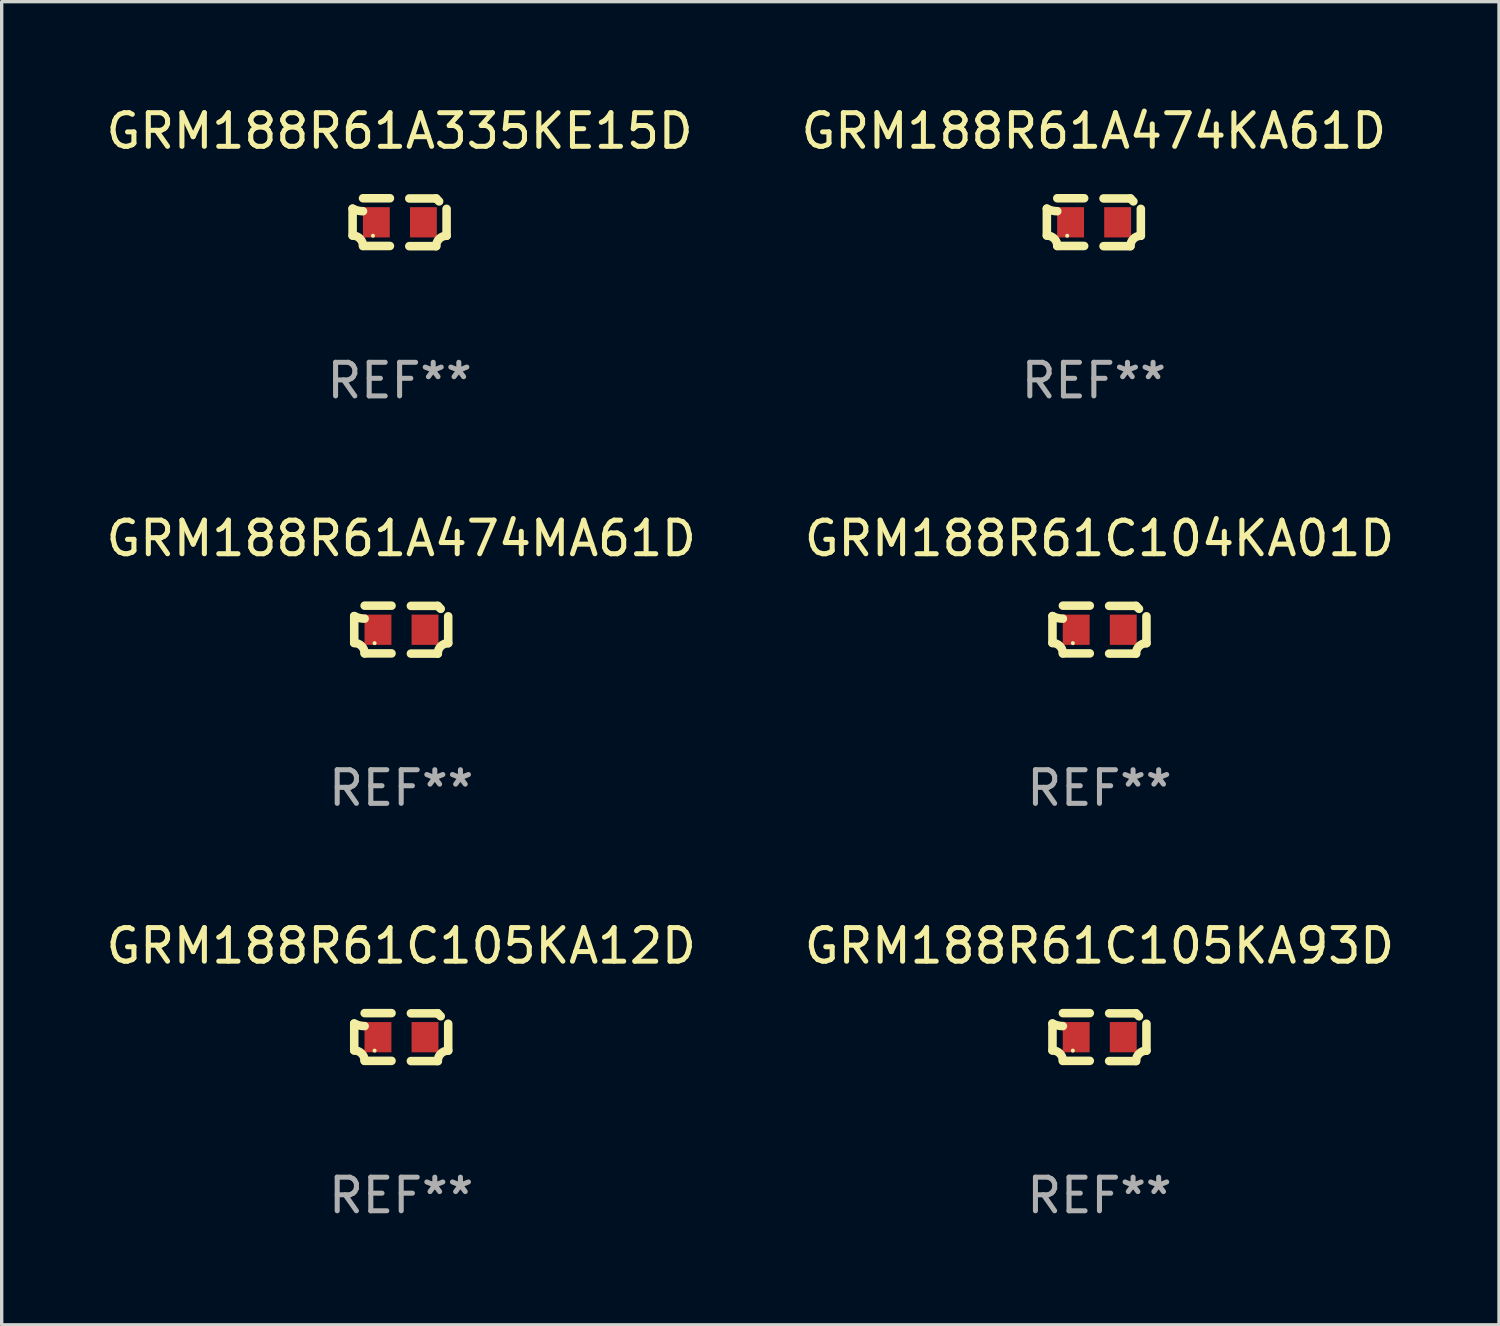
<source format=kicad_pcb>
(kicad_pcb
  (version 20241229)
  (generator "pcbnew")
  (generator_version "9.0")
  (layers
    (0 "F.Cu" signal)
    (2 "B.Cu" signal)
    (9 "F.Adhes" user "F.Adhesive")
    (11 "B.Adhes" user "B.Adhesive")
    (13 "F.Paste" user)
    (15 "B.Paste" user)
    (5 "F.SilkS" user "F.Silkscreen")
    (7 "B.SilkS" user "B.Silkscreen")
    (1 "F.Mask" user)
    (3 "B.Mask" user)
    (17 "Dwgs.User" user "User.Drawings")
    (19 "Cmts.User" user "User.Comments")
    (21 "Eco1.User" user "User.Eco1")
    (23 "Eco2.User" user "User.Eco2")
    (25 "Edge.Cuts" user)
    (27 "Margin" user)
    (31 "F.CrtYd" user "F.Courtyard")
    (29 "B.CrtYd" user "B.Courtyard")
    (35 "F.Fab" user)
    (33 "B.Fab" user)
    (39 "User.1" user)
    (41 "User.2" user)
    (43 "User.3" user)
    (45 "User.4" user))
  (footprint "GRM188R61C104KA01D"
    (layer "F.Cu")
    (at 29.661 15.683)
    (property "Reference" "GRM188R61C104KA01D" (at 0 -2.713 0) (layer "F.SilkS") (effects (font (size 1 1) (thickness 0.15))))
    (attr through_hole)
    (fp_line (start -1.398 -0.403) (end -1.398 0.397) (stroke (width 0.254) (type solid)) (layer "F.SilkS"))
    (fp_line (start -0.288 -0.713) (end -1.088 -0.713) (stroke (width 0.254) (type solid)) (layer "F.SilkS"))
    (fp_line (start -0.288 0.707) (end -1.088 0.707) (stroke (width 0.254) (type solid)) (layer "F.SilkS"))
    (fp_line (start 0.288 -0.707) (end 1.088 -0.707) (stroke (width 0.254) (type solid)) (layer "F.SilkS"))
    (fp_line (start 0.288 0.713) (end 1.088 0.713) (stroke (width 0.254) (type solid)) (layer "F.SilkS"))
    (fp_line (start 1.398 -0.397) (end 1.398 0.403) (stroke (width 0.254) (type solid)) (layer "F.SilkS"))
    (fp_arc (start -1.397789 0.397066) (mid -1.178701 0.487826) (end -1.08796 0.706922) (stroke (width 0.254001) (type solid)) (layer "F.SilkS"))
    (fp_arc (start -1.08796 -0.327176) (mid -1.247436 -0.346384) (end -1.39779 -0.402908) (stroke (width 0.254001) (type solid)) (layer "F.SilkS"))
    (fp_arc (start 1.087909 0.712738) (mid 1.178656 0.493655) (end 1.397739 0.402908) (stroke (width 0.254001) (type solid)) (layer "F.SilkS"))
    (fp_arc (start 1.175925 -0.618926) (mid 1.131917 -0.662923) (end 1.08791 -0.706922) (stroke (width 0.254001) (type solid)) (layer "F.SilkS"))
    (fp_circle (center -0.792 0.403) (end -0.762 0.403) (stroke (width 0.06) (type solid)) (fill no) (layer "F.SilkS"))
    (fp_text user "REF**" (at 0 4.713 0) (layer "F.Fab") (effects (font (size 1 1) (thickness 0.15))))
    (pad "1" smd rect (at -0.692 0.003) (size 0.8 0.9) (layers "F.Cu" "F.Mask" "F.Paste"))
    (pad "2" smd rect (at 0.708 0.003) (size 0.8 0.9) (layers "F.Cu" "F.Mask" "F.Paste")))
  (footprint "GRM188R61A474KA61D"
    (layer "F.Cu")
    (at 29.494 3.561)
    (property "Reference" "GRM188R61A474KA61D" (at 0 -2.713 0) (layer "F.SilkS") (effects (font (size 1 1) (thickness 0.15))))
    (attr through_hole)
    (fp_line (start -1.398 -0.403) (end -1.398 0.397) (stroke (width 0.254) (type solid)) (layer "F.SilkS"))
    (fp_line (start -0.288 -0.713) (end -1.088 -0.713) (stroke (width 0.254) (type solid)) (layer "F.SilkS"))
    (fp_line (start -0.288 0.707) (end -1.088 0.707) (stroke (width 0.254) (type solid)) (layer "F.SilkS"))
    (fp_line (start 0.288 -0.707) (end 1.088 -0.707) (stroke (width 0.254) (type solid)) (layer "F.SilkS"))
    (fp_line (start 0.288 0.713) (end 1.088 0.713) (stroke (width 0.254) (type solid)) (layer "F.SilkS"))
    (fp_line (start 1.398 -0.397) (end 1.398 0.403) (stroke (width 0.254) (type solid)) (layer "F.SilkS"))
    (fp_arc (start -1.397789 0.397066) (mid -1.178701 0.487826) (end -1.08796 0.706922) (stroke (width 0.254001) (type solid)) (layer "F.SilkS"))
    (fp_arc (start -1.08796 -0.327176) (mid -1.247436 -0.346384) (end -1.39779 -0.402908) (stroke (width 0.254001) (type solid)) (layer "F.SilkS"))
    (fp_arc (start 1.087909 0.712738) (mid 1.178656 0.493655) (end 1.397739 0.402908) (stroke (width 0.254001) (type solid)) (layer "F.SilkS"))
    (fp_arc (start 1.175925 -0.618926) (mid 1.131917 -0.662923) (end 1.08791 -0.706922) (stroke (width 0.254001) (type solid)) (layer "F.SilkS"))
    (fp_circle (center -0.792 0.403) (end -0.762 0.403) (stroke (width 0.06) (type solid)) (fill no) (layer "F.SilkS"))
    (fp_text user "REF**" (at 0 4.713 0) (layer "F.Fab") (effects (font (size 1 1) (thickness 0.15))))
    (pad "1" smd rect (at -0.692 0.003) (size 0.8 0.9) (layers "F.Cu" "F.Mask" "F.Paste"))
    (pad "2" smd rect (at 0.708 0.003) (size 0.8 0.9) (layers "F.Cu" "F.Mask" "F.Paste")))
  (footprint "GRM188R61C105KA93D"
    (layer "F.Cu")
    (at 29.661 27.805)
    (property "Reference" "GRM188R61C105KA93D" (at 0 -2.713 0) (layer "F.SilkS") (effects (font (size 1 1) (thickness 0.15))))
    (attr through_hole)
    (fp_line (start -1.398 -0.403) (end -1.398 0.397) (stroke (width 0.254) (type solid)) (layer "F.SilkS"))
    (fp_line (start -0.288 -0.713) (end -1.088 -0.713) (stroke (width 0.254) (type solid)) (layer "F.SilkS"))
    (fp_line (start -0.288 0.707) (end -1.088 0.707) (stroke (width 0.254) (type solid)) (layer "F.SilkS"))
    (fp_line (start 0.288 -0.707) (end 1.088 -0.707) (stroke (width 0.254) (type solid)) (layer "F.SilkS"))
    (fp_line (start 0.288 0.713) (end 1.088 0.713) (stroke (width 0.254) (type solid)) (layer "F.SilkS"))
    (fp_line (start 1.398 -0.397) (end 1.398 0.403) (stroke (width 0.254) (type solid)) (layer "F.SilkS"))
    (fp_arc (start -1.397789 0.397066) (mid -1.178701 0.487826) (end -1.08796 0.706922) (stroke (width 0.254001) (type solid)) (layer "F.SilkS"))
    (fp_arc (start -1.08796 -0.327176) (mid -1.247436 -0.346384) (end -1.39779 -0.402908) (stroke (width 0.254001) (type solid)) (layer "F.SilkS"))
    (fp_arc (start 1.087909 0.712738) (mid 1.178656 0.493655) (end 1.397739 0.402908) (stroke (width 0.254001) (type solid)) (layer "F.SilkS"))
    (fp_arc (start 1.175925 -0.618926) (mid 1.131917 -0.662923) (end 1.08791 -0.706922) (stroke (width 0.254001) (type solid)) (layer "F.SilkS"))
    (fp_circle (center -0.792 0.403) (end -0.762 0.403) (stroke (width 0.06) (type solid)) (fill no) (layer "F.SilkS"))
    (fp_text user "REF**" (at 0 4.713 0) (layer "F.Fab") (effects (font (size 1 1) (thickness 0.15))))
    (pad "1" smd rect (at -0.692 0.003) (size 0.8 0.9) (layers "F.Cu" "F.Mask" "F.Paste"))
    (pad "2" smd rect (at 0.708 0.003) (size 0.8 0.9) (layers "F.Cu" "F.Mask" "F.Paste")))
  (footprint "GRM188R61A335KE15D"
    (layer "F.Cu")
    (at 8.839 3.561)
    (property "Reference" "GRM188R61A335KE15D" (at 0 -2.713 0) (layer "F.SilkS") (effects (font (size 1 1) (thickness 0.15))))
    (attr through_hole)
    (fp_line (start -1.398 -0.403) (end -1.398 0.397) (stroke (width 0.254) (type solid)) (layer "F.SilkS"))
    (fp_line (start -0.288 -0.713) (end -1.088 -0.713) (stroke (width 0.254) (type solid)) (layer "F.SilkS"))
    (fp_line (start -0.288 0.707) (end -1.088 0.707) (stroke (width 0.254) (type solid)) (layer "F.SilkS"))
    (fp_line (start 0.288 -0.707) (end 1.088 -0.707) (stroke (width 0.254) (type solid)) (layer "F.SilkS"))
    (fp_line (start 0.288 0.713) (end 1.088 0.713) (stroke (width 0.254) (type solid)) (layer "F.SilkS"))
    (fp_line (start 1.398 -0.397) (end 1.398 0.403) (stroke (width 0.254) (type solid)) (layer "F.SilkS"))
    (fp_arc (start -1.397789 0.397066) (mid -1.178701 0.487826) (end -1.08796 0.706922) (stroke (width 0.254001) (type solid)) (layer "F.SilkS"))
    (fp_arc (start -1.08796 -0.327176) (mid -1.247436 -0.346384) (end -1.39779 -0.402908) (stroke (width 0.254001) (type solid)) (layer "F.SilkS"))
    (fp_arc (start 1.087909 0.712738) (mid 1.178656 0.493655) (end 1.397739 0.402908) (stroke (width 0.254001) (type solid)) (layer "F.SilkS"))
    (fp_arc (start 1.175925 -0.618926) (mid 1.131917 -0.662923) (end 1.08791 -0.706922) (stroke (width 0.254001) (type solid)) (layer "F.SilkS"))
    (fp_circle (center -0.792 0.403) (end -0.762 0.403) (stroke (width 0.06) (type solid)) (fill no) (layer "F.SilkS"))
    (fp_text user "REF**" (at 0 4.713 0) (layer "F.Fab") (effects (font (size 1 1) (thickness 0.15))))
    (pad "1" smd rect (at -0.692 0.003) (size 0.8 0.9) (layers "F.Cu" "F.Mask" "F.Paste"))
    (pad "2" smd rect (at 0.708 0.003) (size 0.8 0.9) (layers "F.Cu" "F.Mask" "F.Paste")))
  (footprint "GRM188R61C105KA12D"
    (layer "F.Cu")
    (at 8.887 27.805)
    (property "Reference" "GRM188R61C105KA12D" (at 0 -2.713 0) (layer "F.SilkS") (effects (font (size 1 1) (thickness 0.15))))
    (attr through_hole)
    (fp_line (start -1.398 -0.403) (end -1.398 0.397) (stroke (width 0.254) (type solid)) (layer "F.SilkS"))
    (fp_line (start -0.288 -0.713) (end -1.088 -0.713) (stroke (width 0.254) (type solid)) (layer "F.SilkS"))
    (fp_line (start -0.288 0.707) (end -1.088 0.707) (stroke (width 0.254) (type solid)) (layer "F.SilkS"))
    (fp_line (start 0.288 -0.707) (end 1.088 -0.707) (stroke (width 0.254) (type solid)) (layer "F.SilkS"))
    (fp_line (start 0.288 0.713) (end 1.088 0.713) (stroke (width 0.254) (type solid)) (layer "F.SilkS"))
    (fp_line (start 1.398 -0.397) (end 1.398 0.403) (stroke (width 0.254) (type solid)) (layer "F.SilkS"))
    (fp_arc (start -1.397789 0.397066) (mid -1.178701 0.487826) (end -1.08796 0.706922) (stroke (width 0.254001) (type solid)) (layer "F.SilkS"))
    (fp_arc (start -1.08796 -0.327176) (mid -1.247436 -0.346384) (end -1.39779 -0.402908) (stroke (width 0.254001) (type solid)) (layer "F.SilkS"))
    (fp_arc (start 1.087909 0.712738) (mid 1.178656 0.493655) (end 1.397739 0.402908) (stroke (width 0.254001) (type solid)) (layer "F.SilkS"))
    (fp_arc (start 1.175925 -0.618926) (mid 1.131917 -0.662923) (end 1.08791 -0.706922) (stroke (width 0.254001) (type solid)) (layer "F.SilkS"))
    (fp_circle (center -0.792 0.403) (end -0.762 0.403) (stroke (width 0.06) (type solid)) (fill no) (layer "F.SilkS"))
    (fp_text user "REF**" (at 0 4.713 0) (layer "F.Fab") (effects (font (size 1 1) (thickness 0.15))))
    (pad "1" smd rect (at -0.692 0.003) (size 0.8 0.9) (layers "F.Cu" "F.Mask" "F.Paste"))
    (pad "2" smd rect (at 0.708 0.003) (size 0.8 0.9) (layers "F.Cu" "F.Mask" "F.Paste")))
  (footprint "GRM188R61A474MA61D"
    (layer "F.Cu")
    (at 8.887 15.683)
    (property "Reference" "GRM188R61A474MA61D" (at 0 -2.713 0) (layer "F.SilkS") (effects (font (size 1 1) (thickness 0.15))))
    (attr through_hole)
    (fp_line (start -1.398 -0.403) (end -1.398 0.397) (stroke (width 0.254) (type solid)) (layer "F.SilkS"))
    (fp_line (start -0.288 -0.713) (end -1.088 -0.713) (stroke (width 0.254) (type solid)) (layer "F.SilkS"))
    (fp_line (start -0.288 0.707) (end -1.088 0.707) (stroke (width 0.254) (type solid)) (layer "F.SilkS"))
    (fp_line (start 0.288 -0.707) (end 1.088 -0.707) (stroke (width 0.254) (type solid)) (layer "F.SilkS"))
    (fp_line (start 0.288 0.713) (end 1.088 0.713) (stroke (width 0.254) (type solid)) (layer "F.SilkS"))
    (fp_line (start 1.398 -0.397) (end 1.398 0.403) (stroke (width 0.254) (type solid)) (layer "F.SilkS"))
    (fp_arc (start -1.397789 0.397066) (mid -1.178701 0.487826) (end -1.08796 0.706922) (stroke (width 0.254001) (type solid)) (layer "F.SilkS"))
    (fp_arc (start -1.08796 -0.327176) (mid -1.247436 -0.346384) (end -1.39779 -0.402908) (stroke (width 0.254001) (type solid)) (layer "F.SilkS"))
    (fp_arc (start 1.087909 0.712738) (mid 1.178656 0.493655) (end 1.397739 0.402908) (stroke (width 0.254001) (type solid)) (layer "F.SilkS"))
    (fp_arc (start 1.175925 -0.618926) (mid 1.131917 -0.662923) (end 1.08791 -0.706922) (stroke (width 0.254001) (type solid)) (layer "F.SilkS"))
    (fp_circle (center -0.792 0.403) (end -0.762 0.403) (stroke (width 0.06) (type solid)) (fill no) (layer "F.SilkS"))
    (fp_text user "REF**" (at 0 4.713 0) (layer "F.Fab") (effects (font (size 1 1) (thickness 0.15))))
    (pad "1" smd rect (at -0.692 0.003) (size 0.8 0.9) (layers "F.Cu" "F.Mask" "F.Paste"))
    (pad "2" smd rect (at 0.708 0.003) (size 0.8 0.9) (layers "F.Cu" "F.Mask" "F.Paste")))
  (gr_rect
    (start -3 -3)
    (end 41.548 36.366)
    (stroke (width 0.1) (type default))
    (fill no)
    (layer "Edge.Cuts")))
</source>
